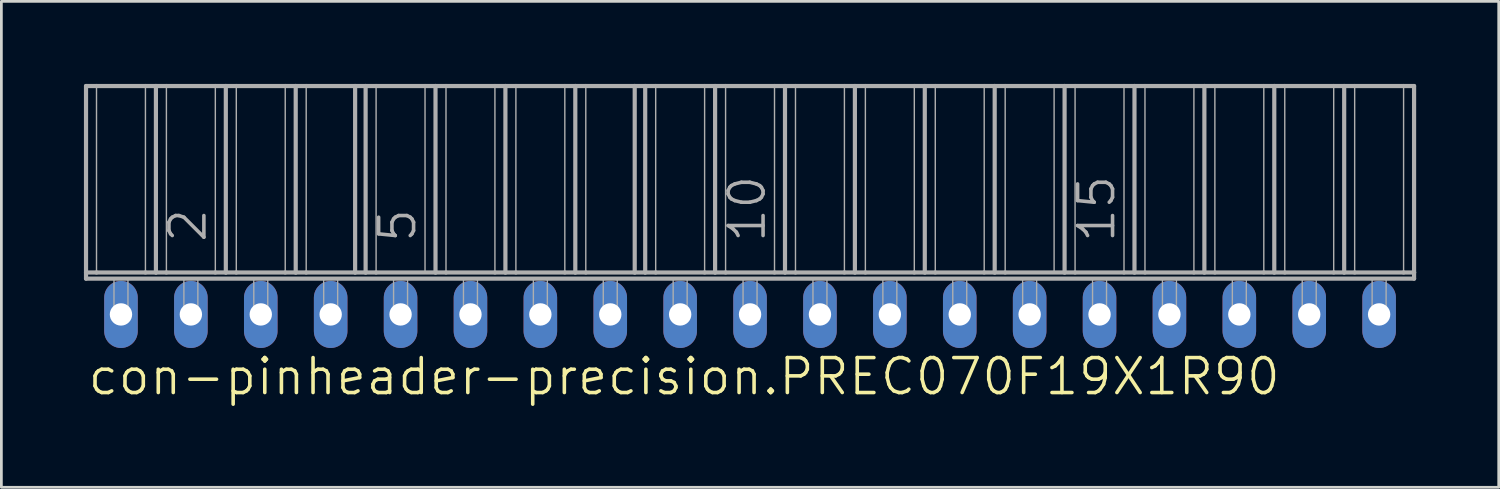
<source format=kicad_pcb>
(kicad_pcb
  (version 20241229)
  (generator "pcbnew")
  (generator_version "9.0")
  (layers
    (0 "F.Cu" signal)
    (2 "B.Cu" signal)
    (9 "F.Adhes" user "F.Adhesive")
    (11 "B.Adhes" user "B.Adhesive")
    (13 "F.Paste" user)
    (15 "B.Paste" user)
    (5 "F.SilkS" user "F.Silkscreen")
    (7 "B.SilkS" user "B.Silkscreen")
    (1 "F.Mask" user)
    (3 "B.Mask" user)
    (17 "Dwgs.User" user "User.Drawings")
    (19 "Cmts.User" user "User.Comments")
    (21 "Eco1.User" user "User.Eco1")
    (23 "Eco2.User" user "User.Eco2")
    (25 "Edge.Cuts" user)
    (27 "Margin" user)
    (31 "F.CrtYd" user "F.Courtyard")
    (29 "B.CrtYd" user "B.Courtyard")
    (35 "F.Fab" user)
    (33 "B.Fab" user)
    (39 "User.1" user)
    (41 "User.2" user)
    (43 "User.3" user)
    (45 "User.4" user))
  (footprint "con-pinheader-precision.PREC070F19X1R90"
    (layer "F.Cu")
    (at 24.206 8.376)
    (property "Reference" "con-pinheader-precision.PREC070F19X1R90" (at -24.13 3 0) (layer "F.SilkS") (effects (font (size 1.27 1.27) (thickness 0.13)) (justify left bottom)))
    (attr through_hole)
    (fp_line (start -24.13 -8.3) (end -24.13 -1.524) (stroke (width 0.152) (type default)) (layer "F.Fab"))
    (fp_line (start -24.13 -8.3) (end -23.749 -8.3) (stroke (width 0.152) (type default)) (layer "F.Fab"))
    (fp_line (start -24.13 -1.524) (end -23.749 -1.524) (stroke (width 0.152) (type default)) (layer "F.Fab"))
    (fp_line (start -24.13 -1.3) (end -24.13 -1.524) (stroke (width 0.152) (type default)) (layer "F.Fab"))
    (fp_line (start -24.13 -1.3) (end 24.13 -1.3) (stroke (width 0.152) (type default)) (layer "F.Fab"))
    (fp_line (start -23.749 -8.3) (end -23.749 -1.524) (stroke (width 0.051) (type default)) (layer "F.Fab"))
    (fp_line (start -23.749 -8.3) (end -21.971 -8.3) (stroke (width 0.152) (type default)) (layer "F.Fab"))
    (fp_line (start -23.749 -1.524) (end -21.971 -1.524) (stroke (width 0.152) (type default)) (layer "F.Fab"))
    (fp_line (start -21.971 -8.3) (end -21.971 -1.524) (stroke (width 0.051) (type default)) (layer "F.Fab"))
    (fp_line (start -21.971 -8.3) (end -21.59 -8.3) (stroke (width 0.152) (type default)) (layer "F.Fab"))
    (fp_line (start -21.971 -1.524) (end -21.59 -1.524) (stroke (width 0.152) (type default)) (layer "F.Fab"))
    (fp_line (start -21.59 -8.3) (end -21.59 -1.524) (stroke (width 0.152) (type default)) (layer "F.Fab"))
    (fp_line (start -21.59 -8.3) (end -21.209 -8.3) (stroke (width 0.152) (type default)) (layer "F.Fab"))
    (fp_line (start -21.59 -1.524) (end -21.209 -1.524) (stroke (width 0.152) (type default)) (layer "F.Fab"))
    (fp_line (start -21.209 -8.3) (end -21.209 -1.524) (stroke (width 0.051) (type default)) (layer "F.Fab"))
    (fp_line (start -21.209 -8.3) (end -19.431 -8.3) (stroke (width 0.152) (type default)) (layer "F.Fab"))
    (fp_line (start -21.209 -1.524) (end -19.431 -1.524) (stroke (width 0.152) (type default)) (layer "F.Fab"))
    (fp_line (start -19.431 -8.3) (end -19.431 -1.524) (stroke (width 0.051) (type default)) (layer "F.Fab"))
    (fp_line (start -19.431 -8.3) (end -19.05 -8.3) (stroke (width 0.152) (type default)) (layer "F.Fab"))
    (fp_line (start -19.431 -1.524) (end -19.05 -1.524) (stroke (width 0.152) (type default)) (layer "F.Fab"))
    (fp_line (start -19.05 -8.3) (end -19.05 -1.524) (stroke (width 0.152) (type default)) (layer "F.Fab"))
    (fp_line (start -19.05 -8.3) (end -18.669 -8.3) (stroke (width 0.152) (type default)) (layer "F.Fab"))
    (fp_line (start -19.05 -1.524) (end -18.669 -1.524) (stroke (width 0.152) (type default)) (layer "F.Fab"))
    (fp_line (start -18.669 -8.3) (end -18.669 -1.524) (stroke (width 0.051) (type default)) (layer "F.Fab"))
    (fp_line (start -18.669 -8.3) (end -16.891 -8.3) (stroke (width 0.152) (type default)) (layer "F.Fab"))
    (fp_line (start -18.669 -1.524) (end -16.891 -1.524) (stroke (width 0.152) (type default)) (layer "F.Fab"))
    (fp_line (start -16.891 -8.3) (end -16.891 -1.524) (stroke (width 0.051) (type default)) (layer "F.Fab"))
    (fp_line (start -16.891 -8.3) (end -16.51 -8.3) (stroke (width 0.152) (type default)) (layer "F.Fab"))
    (fp_line (start -16.891 -1.524) (end -16.51 -1.524) (stroke (width 0.152) (type default)) (layer "F.Fab"))
    (fp_line (start -16.51 -8.3) (end -16.51 -1.524) (stroke (width 0.152) (type default)) (layer "F.Fab"))
    (fp_line (start -16.51 -8.3) (end -16.129 -8.3) (stroke (width 0.152) (type default)) (layer "F.Fab"))
    (fp_line (start -16.51 -1.524) (end -16.129 -1.524) (stroke (width 0.152) (type default)) (layer "F.Fab"))
    (fp_line (start -16.129 -8.3) (end -16.129 -1.524) (stroke (width 0.051) (type default)) (layer "F.Fab"))
    (fp_line (start -16.129 -8.3) (end -14.351 -8.3) (stroke (width 0.152) (type default)) (layer "F.Fab"))
    (fp_line (start -16.129 -1.524) (end -14.351 -1.524) (stroke (width 0.152) (type default)) (layer "F.Fab"))
    (fp_line (start -14.351 -8.3) (end -14.351 -1.524) (stroke (width 0.152) (type default)) (layer "F.Fab"))
    (fp_line (start -14.351 -8.3) (end -13.97 -8.3) (stroke (width 0.152) (type default)) (layer "F.Fab"))
    (fp_line (start -14.351 -1.524) (end -13.97 -1.524) (stroke (width 0.152) (type default)) (layer "F.Fab"))
    (fp_line (start -13.97 -8.3) (end -13.97 -1.524) (stroke (width 0.152) (type default)) (layer "F.Fab"))
    (fp_line (start -13.97 -8.3) (end -13.589 -8.3) (stroke (width 0.152) (type default)) (layer "F.Fab"))
    (fp_line (start -13.97 -1.524) (end -13.589 -1.524) (stroke (width 0.152) (type default)) (layer "F.Fab"))
    (fp_line (start -13.589 -8.3) (end -13.589 -1.524) (stroke (width 0.051) (type default)) (layer "F.Fab"))
    (fp_line (start -13.589 -8.3) (end -11.811 -8.3) (stroke (width 0.152) (type default)) (layer "F.Fab"))
    (fp_line (start -13.589 -1.524) (end -11.43 -1.524) (stroke (width 0.152) (type default)) (layer "F.Fab"))
    (fp_line (start -11.811 -8.3) (end -11.811 -1.524) (stroke (width 0.051) (type default)) (layer "F.Fab"))
    (fp_line (start -11.811 -8.3) (end -11.43 -8.3) (stroke (width 0.152) (type default)) (layer "F.Fab"))
    (fp_line (start -11.43 -8.3) (end -11.43 -1.524) (stroke (width 0.152) (type default)) (layer "F.Fab"))
    (fp_line (start -11.43 -8.3) (end -11.049 -8.3) (stroke (width 0.152) (type default)) (layer "F.Fab"))
    (fp_line (start -11.43 -1.524) (end -11.049 -1.524) (stroke (width 0.152) (type default)) (layer "F.Fab"))
    (fp_line (start -11.049 -8.3) (end -11.049 -1.524) (stroke (width 0.051) (type default)) (layer "F.Fab"))
    (fp_line (start -11.049 -8.3) (end -9.271 -8.3) (stroke (width 0.152) (type default)) (layer "F.Fab"))
    (fp_line (start -11.049 -1.524) (end -9.271 -1.524) (stroke (width 0.152) (type default)) (layer "F.Fab"))
    (fp_line (start -9.271 -8.3) (end -9.271 -1.524) (stroke (width 0.051) (type default)) (layer "F.Fab"))
    (fp_line (start -9.271 -8.3) (end -8.89 -8.3) (stroke (width 0.152) (type default)) (layer "F.Fab"))
    (fp_line (start -9.271 -1.524) (end -8.89 -1.524) (stroke (width 0.152) (type default)) (layer "F.Fab"))
    (fp_line (start -8.89 -8.3) (end -8.509 -8.3) (stroke (width 0.152) (type default)) (layer "F.Fab"))
    (fp_line (start -8.89 -1.524) (end -8.89 -8.3) (stroke (width 0.152) (type default)) (layer "F.Fab"))
    (fp_line (start -8.89 -1.524) (end -8.509 -1.524) (stroke (width 0.152) (type default)) (layer "F.Fab"))
    (fp_line (start -8.509 -8.3) (end -8.509 -1.524) (stroke (width 0.051) (type default)) (layer "F.Fab"))
    (fp_line (start -8.509 -8.3) (end -6.731 -8.3) (stroke (width 0.152) (type default)) (layer "F.Fab"))
    (fp_line (start -8.509 -1.524) (end -6.731 -1.524) (stroke (width 0.152) (type default)) (layer "F.Fab"))
    (fp_line (start -6.731 -8.3) (end -6.731 -1.524) (stroke (width 0.051) (type default)) (layer "F.Fab"))
    (fp_line (start -6.731 -8.3) (end -6.35 -8.3) (stroke (width 0.152) (type default)) (layer "F.Fab"))
    (fp_line (start -6.731 -1.524) (end -6.35 -1.524) (stroke (width 0.152) (type default)) (layer "F.Fab"))
    (fp_line (start -6.35 -8.3) (end -6.35 -1.524) (stroke (width 0.152) (type default)) (layer "F.Fab"))
    (fp_line (start -6.35 -8.3) (end -5.969 -8.3) (stroke (width 0.152) (type default)) (layer "F.Fab"))
    (fp_line (start -6.35 -1.524) (end -5.969 -1.524) (stroke (width 0.152) (type default)) (layer "F.Fab"))
    (fp_line (start -5.969 -8.3) (end -5.969 -1.524) (stroke (width 0.051) (type default)) (layer "F.Fab"))
    (fp_line (start -5.969 -8.3) (end -4.191 -8.3) (stroke (width 0.152) (type default)) (layer "F.Fab"))
    (fp_line (start -5.969 -1.524) (end -4.191 -1.524) (stroke (width 0.152) (type default)) (layer "F.Fab"))
    (fp_line (start -4.191 -8.3) (end -4.191 -1.524) (stroke (width 0.152) (type default)) (layer "F.Fab"))
    (fp_line (start -4.191 -8.3) (end -3.81 -8.3) (stroke (width 0.152) (type default)) (layer "F.Fab"))
    (fp_line (start -4.191 -1.524) (end -3.81 -1.524) (stroke (width 0.152) (type default)) (layer "F.Fab"))
    (fp_line (start -3.81 -8.3) (end -3.81 -1.524) (stroke (width 0.152) (type default)) (layer "F.Fab"))
    (fp_line (start -3.81 -8.3) (end -3.429 -8.3) (stroke (width 0.152) (type default)) (layer "F.Fab"))
    (fp_line (start -3.81 -1.524) (end -3.429 -1.524) (stroke (width 0.152) (type default)) (layer "F.Fab"))
    (fp_line (start -3.429 -8.3) (end -3.429 -1.524) (stroke (width 0.051) (type default)) (layer "F.Fab"))
    (fp_line (start -3.429 -8.3) (end -1.651 -8.3) (stroke (width 0.152) (type default)) (layer "F.Fab"))
    (fp_line (start -3.429 -1.524) (end -1.651 -1.524) (stroke (width 0.152) (type default)) (layer "F.Fab"))
    (fp_line (start -1.651 -8.3) (end -1.651 -1.524) (stroke (width 0.051) (type default)) (layer "F.Fab"))
    (fp_line (start -1.651 -8.3) (end -1.27 -8.3) (stroke (width 0.152) (type default)) (layer "F.Fab"))
    (fp_line (start -1.651 -1.524) (end -1.27 -1.524) (stroke (width 0.152) (type default)) (layer "F.Fab"))
    (fp_line (start -1.27 -8.3) (end -1.27 -1.524) (stroke (width 0.152) (type default)) (layer "F.Fab"))
    (fp_line (start -1.27 -8.3) (end -0.889 -8.3) (stroke (width 0.152) (type default)) (layer "F.Fab"))
    (fp_line (start -1.27 -1.524) (end -0.889 -1.524) (stroke (width 0.152) (type default)) (layer "F.Fab"))
    (fp_line (start -0.889 -8.3) (end -0.889 -1.524) (stroke (width 0.051) (type default)) (layer "F.Fab"))
    (fp_line (start -0.889 -8.3) (end 0.889 -8.3) (stroke (width 0.152) (type default)) (layer "F.Fab"))
    (fp_line (start -0.889 -1.524) (end 0.889 -1.524) (stroke (width 0.152) (type default)) (layer "F.Fab"))
    (fp_line (start 0.889 -8.3) (end 0.889 -1.524) (stroke (width 0.051) (type default)) (layer "F.Fab"))
    (fp_line (start 0.889 -8.3) (end 1.27 -8.3) (stroke (width 0.152) (type default)) (layer "F.Fab"))
    (fp_line (start 0.889 -1.524) (end 1.27 -1.524) (stroke (width 0.152) (type default)) (layer "F.Fab"))
    (fp_line (start 1.27 -8.3) (end 1.27 -1.524) (stroke (width 0.152) (type default)) (layer "F.Fab"))
    (fp_line (start 1.27 -8.3) (end 1.651 -8.3) (stroke (width 0.152) (type default)) (layer "F.Fab"))
    (fp_line (start 1.27 -1.524) (end 1.651 -1.524) (stroke (width 0.152) (type default)) (layer "F.Fab"))
    (fp_line (start 1.651 -8.3) (end 1.651 -1.524) (stroke (width 0.051) (type default)) (layer "F.Fab"))
    (fp_line (start 1.651 -8.3) (end 3.429 -8.3) (stroke (width 0.152) (type default)) (layer "F.Fab"))
    (fp_line (start 1.651 -1.524) (end 3.429 -1.524) (stroke (width 0.152) (type default)) (layer "F.Fab"))
    (fp_line (start 3.429 -8.3) (end 3.429 -1.524) (stroke (width 0.051) (type default)) (layer "F.Fab"))
    (fp_line (start 3.429 -8.3) (end 3.81 -8.3) (stroke (width 0.152) (type default)) (layer "F.Fab"))
    (fp_line (start 3.429 -1.524) (end 3.81 -1.524) (stroke (width 0.152) (type default)) (layer "F.Fab"))
    (fp_line (start 3.81 -8.3) (end 3.81 -1.524) (stroke (width 0.152) (type default)) (layer "F.Fab"))
    (fp_line (start 3.81 -8.3) (end 4.191 -8.3) (stroke (width 0.152) (type default)) (layer "F.Fab"))
    (fp_line (start 3.81 -1.524) (end 4.191 -1.524) (stroke (width 0.152) (type default)) (layer "F.Fab"))
    (fp_line (start 4.191 -8.3) (end 4.191 -1.524) (stroke (width 0.051) (type default)) (layer "F.Fab"))
    (fp_line (start 4.191 -8.3) (end 5.969 -8.3) (stroke (width 0.152) (type default)) (layer "F.Fab"))
    (fp_line (start 4.191 -1.524) (end 5.969 -1.524) (stroke (width 0.152) (type default)) (layer "F.Fab"))
    (fp_line (start 5.969 -8.3) (end 5.969 -1.524) (stroke (width 0.051) (type default)) (layer "F.Fab"))
    (fp_line (start 5.969 -8.3) (end 6.35 -8.3) (stroke (width 0.152) (type default)) (layer "F.Fab"))
    (fp_line (start 5.969 -1.524) (end 6.35 -1.524) (stroke (width 0.152) (type default)) (layer "F.Fab"))
    (fp_line (start 6.35 -8.3) (end 6.35 -1.524) (stroke (width 0.152) (type default)) (layer "F.Fab"))
    (fp_line (start 6.35 -8.3) (end 6.731 -8.3) (stroke (width 0.152) (type default)) (layer "F.Fab"))
    (fp_line (start 6.35 -1.524) (end 6.731 -1.524) (stroke (width 0.152) (type default)) (layer "F.Fab"))
    (fp_line (start 6.731 -8.3) (end 6.731 -1.524) (stroke (width 0.051) (type default)) (layer "F.Fab"))
    (fp_line (start 6.731 -8.3) (end 8.509 -8.3) (stroke (width 0.152) (type default)) (layer "F.Fab"))
    (fp_line (start 6.731 -1.524) (end 8.509 -1.524) (stroke (width 0.152) (type default)) (layer "F.Fab"))
    (fp_line (start 8.509 -8.3) (end 8.509 -1.524) (stroke (width 0.051) (type default)) (layer "F.Fab"))
    (fp_line (start 8.509 -8.3) (end 8.89 -8.3) (stroke (width 0.152) (type default)) (layer "F.Fab"))
    (fp_line (start 8.509 -1.524) (end 8.89 -1.524) (stroke (width 0.152) (type default)) (layer "F.Fab"))
    (fp_line (start 8.89 -8.3) (end 8.89 -1.524) (stroke (width 0.152) (type default)) (layer "F.Fab"))
    (fp_line (start 8.89 -8.3) (end 9.271 -8.3) (stroke (width 0.152) (type default)) (layer "F.Fab"))
    (fp_line (start 8.89 -1.524) (end 9.271 -1.524) (stroke (width 0.152) (type default)) (layer "F.Fab"))
    (fp_line (start 9.271 -8.3) (end 9.271 -1.524) (stroke (width 0.051) (type default)) (layer "F.Fab"))
    (fp_line (start 9.271 -8.3) (end 11.049 -8.3) (stroke (width 0.152) (type default)) (layer "F.Fab"))
    (fp_line (start 9.271 -1.524) (end 11.43 -1.524) (stroke (width 0.152) (type default)) (layer "F.Fab"))
    (fp_line (start 11.049 -8.3) (end 11.049 -1.524) (stroke (width 0.051) (type default)) (layer "F.Fab"))
    (fp_line (start 11.049 -8.3) (end 11.43 -8.3) (stroke (width 0.152) (type default)) (layer "F.Fab"))
    (fp_line (start 11.43 -8.3) (end 11.43 -1.524) (stroke (width 0.152) (type default)) (layer "F.Fab"))
    (fp_line (start 11.43 -8.3) (end 11.811 -8.3) (stroke (width 0.152) (type default)) (layer "F.Fab"))
    (fp_line (start 11.43 -1.524) (end 11.811 -1.524) (stroke (width 0.152) (type default)) (layer "F.Fab"))
    (fp_line (start 11.811 -8.3) (end 11.811 -1.524) (stroke (width 0.051) (type default)) (layer "F.Fab"))
    (fp_line (start 11.811 -8.3) (end 13.589 -8.3) (stroke (width 0.152) (type default)) (layer "F.Fab"))
    (fp_line (start 11.811 -1.524) (end 13.589 -1.524) (stroke (width 0.152) (type default)) (layer "F.Fab"))
    (fp_line (start 13.589 -8.3) (end 13.589 -1.524) (stroke (width 0.051) (type default)) (layer "F.Fab"))
    (fp_line (start 13.589 -8.3) (end 13.97 -8.3) (stroke (width 0.152) (type default)) (layer "F.Fab"))
    (fp_line (start 13.589 -1.524) (end 13.97 -1.524) (stroke (width 0.152) (type default)) (layer "F.Fab"))
    (fp_line (start 13.97 -8.3) (end 13.97 -1.524) (stroke (width 0.152) (type default)) (layer "F.Fab"))
    (fp_line (start 13.97 -8.3) (end 14.351 -8.3) (stroke (width 0.152) (type default)) (layer "F.Fab"))
    (fp_line (start 13.97 -1.524) (end 14.351 -1.524) (stroke (width 0.152) (type default)) (layer "F.Fab"))
    (fp_line (start 14.351 -8.3) (end 14.351 -1.524) (stroke (width 0.051) (type default)) (layer "F.Fab"))
    (fp_line (start 14.351 -8.3) (end 16.129 -8.3) (stroke (width 0.152) (type default)) (layer "F.Fab"))
    (fp_line (start 14.351 -1.524) (end 16.129 -1.524) (stroke (width 0.152) (type default)) (layer "F.Fab"))
    (fp_line (start 16.129 -8.3) (end 16.129 -1.524) (stroke (width 0.051) (type default)) (layer "F.Fab"))
    (fp_line (start 16.129 -8.3) (end 16.51 -8.3) (stroke (width 0.152) (type default)) (layer "F.Fab"))
    (fp_line (start 16.129 -1.524) (end 16.51 -1.524) (stroke (width 0.152) (type default)) (layer "F.Fab"))
    (fp_line (start 16.51 -8.3) (end 16.51 -1.524) (stroke (width 0.152) (type default)) (layer "F.Fab"))
    (fp_line (start 16.51 -8.3) (end 16.891 -8.3) (stroke (width 0.152) (type default)) (layer "F.Fab"))
    (fp_line (start 16.51 -1.524) (end 16.891 -1.524) (stroke (width 0.152) (type default)) (layer "F.Fab"))
    (fp_line (start 16.891 -8.3) (end 16.891 -1.524) (stroke (width 0.051) (type default)) (layer "F.Fab"))
    (fp_line (start 16.891 -8.3) (end 18.669 -8.3) (stroke (width 0.152) (type default)) (layer "F.Fab"))
    (fp_line (start 16.891 -1.524) (end 18.669 -1.524) (stroke (width 0.152) (type default)) (layer "F.Fab"))
    (fp_line (start 18.669 -8.3) (end 18.669 -1.524) (stroke (width 0.051) (type default)) (layer "F.Fab"))
    (fp_line (start 18.669 -8.3) (end 19.05 -8.3) (stroke (width 0.152) (type default)) (layer "F.Fab"))
    (fp_line (start 18.669 -1.524) (end 19.05 -1.524) (stroke (width 0.152) (type default)) (layer "F.Fab"))
    (fp_line (start 19.05 -8.3) (end 19.05 -1.524) (stroke (width 0.152) (type default)) (layer "F.Fab"))
    (fp_line (start 19.05 -8.3) (end 19.431 -8.3) (stroke (width 0.152) (type default)) (layer "F.Fab"))
    (fp_line (start 19.05 -1.524) (end 19.431 -1.524) (stroke (width 0.152) (type default)) (layer "F.Fab"))
    (fp_line (start 19.431 -8.3) (end 19.431 -1.524) (stroke (width 0.051) (type default)) (layer "F.Fab"))
    (fp_line (start 19.431 -8.3) (end 21.209 -8.3) (stroke (width 0.152) (type default)) (layer "F.Fab"))
    (fp_line (start 19.431 -1.524) (end 21.209 -1.524) (stroke (width 0.152) (type default)) (layer "F.Fab"))
    (fp_line (start 21.209 -8.3) (end 21.209 -1.524) (stroke (width 0.051) (type default)) (layer "F.Fab"))
    (fp_line (start 21.209 -8.3) (end 21.59 -8.3) (stroke (width 0.152) (type default)) (layer "F.Fab"))
    (fp_line (start 21.209 -1.524) (end 21.59 -1.524) (stroke (width 0.152) (type default)) (layer "F.Fab"))
    (fp_line (start 21.59 -8.3) (end 21.59 -1.524) (stroke (width 0.152) (type default)) (layer "F.Fab"))
    (fp_line (start 21.59 -8.3) (end 21.971 -8.3) (stroke (width 0.152) (type default)) (layer "F.Fab"))
    (fp_line (start 21.59 -1.524) (end 21.971 -1.524) (stroke (width 0.152) (type default)) (layer "F.Fab"))
    (fp_line (start 21.971 -8.3) (end 21.971 -1.524) (stroke (width 0.051) (type default)) (layer "F.Fab"))
    (fp_line (start 21.971 -8.3) (end 23.749 -8.3) (stroke (width 0.152) (type default)) (layer "F.Fab"))
    (fp_line (start 21.971 -1.524) (end 23.749 -1.524) (stroke (width 0.152) (type default)) (layer "F.Fab"))
    (fp_line (start 23.749 -8.3) (end 23.749 -1.524) (stroke (width 0.051) (type default)) (layer "F.Fab"))
    (fp_line (start 23.749 -8.3) (end 24.13 -8.3) (stroke (width 0.152) (type default)) (layer "F.Fab"))
    (fp_line (start 23.749 -1.524) (end 24.13 -1.524) (stroke (width 0.152) (type default)) (layer "F.Fab"))
    (fp_line (start 24.13 -8.3) (end 24.13 -1.524) (stroke (width 0.152) (type default)) (layer "F.Fab"))
    (fp_line (start 24.13 -1.524) (end 24.13 -1.3) (stroke (width 0.152) (type default)) (layer "F.Fab"))
    (fp_rect (start -23.114 0) (end -22.606 -1.3) (stroke (width 0.05) (type default)) (fill no) (layer "F.Fab"))
    (fp_rect (start -20.574 0) (end -20.066 -1.3) (stroke (width 0.05) (type default)) (fill no) (layer "F.Fab"))
    (fp_rect (start -18.034 0) (end -17.526 -1.3) (stroke (width 0.05) (type default)) (fill no) (layer "F.Fab"))
    (fp_rect (start -15.494 0) (end -14.986 -1.3) (stroke (width 0.05) (type default)) (fill no) (layer "F.Fab"))
    (fp_rect (start -12.954 0) (end -12.446 -1.3) (stroke (width 0.05) (type default)) (fill no) (layer "F.Fab"))
    (fp_rect (start -10.414 0) (end -9.906 -1.3) (stroke (width 0.05) (type default)) (fill no) (layer "F.Fab"))
    (fp_rect (start -7.874 0) (end -7.366 -1.3) (stroke (width 0.05) (type default)) (fill no) (layer "F.Fab"))
    (fp_rect (start -5.334 0) (end -4.826 -1.3) (stroke (width 0.05) (type default)) (fill no) (layer "F.Fab"))
    (fp_rect (start -2.794 0) (end -2.286 -1.3) (stroke (width 0.05) (type default)) (fill no) (layer "F.Fab"))
    (fp_rect (start -0.254 0) (end 0.254 -1.3) (stroke (width 0.05) (type default)) (fill no) (layer "F.Fab"))
    (fp_rect (start 2.286 0) (end 2.794 -1.3) (stroke (width 0.05) (type default)) (fill no) (layer "F.Fab"))
    (fp_rect (start 4.826 0) (end 5.334 -1.3) (stroke (width 0.05) (type default)) (fill no) (layer "F.Fab"))
    (fp_rect (start 7.366 0) (end 7.874 -1.3) (stroke (width 0.05) (type default)) (fill no) (layer "F.Fab"))
    (fp_rect (start 9.906 0) (end 10.414 -1.3) (stroke (width 0.05) (type default)) (fill no) (layer "F.Fab"))
    (fp_rect (start 12.446 0) (end 12.954 -1.3) (stroke (width 0.05) (type default)) (fill no) (layer "F.Fab"))
    (fp_rect (start 14.986 0) (end 15.494 -1.3) (stroke (width 0.05) (type default)) (fill no) (layer "F.Fab"))
    (fp_rect (start 17.526 0) (end 18.034 -1.3) (stroke (width 0.05) (type default)) (fill no) (layer "F.Fab"))
    (fp_rect (start 20.066 0) (end 20.574 -1.3) (stroke (width 0.05) (type default)) (fill no) (layer "F.Fab"))
    (fp_rect (start 22.606 0) (end 23.114 -1.3) (stroke (width 0.05) (type default)) (fill no) (layer "F.Fab"))
    (fp_text user "5" (at -12.065 -2.54 90) (layer "F.Fab") (effects (font (size 1.27 1.27) (thickness 0.13)) (justify left bottom)))
    (fp_text user "15" (at 13.335 -2.54 90) (layer "F.Fab") (effects (font (size 1.27 1.27) (thickness 0.13)) (justify left bottom)))
    (fp_text user "2" (at -19.685 -2.54 90) (layer "F.Fab") (effects (font (size 1.27 1.27) (thickness 0.13)) (justify left bottom)))
    (fp_text user "10" (at 0.635 -2.54 90) (layer "F.Fab") (effects (font (size 1.27 1.27) (thickness 0.13)) (justify left bottom)))
    (pad "1" thru_hole oval (at -22.86 0 90) (size 2.438 1.219) (drill 0.813) (layers "*.Cu" "*.Mask"))
    (pad "2" thru_hole oval (at -20.32 0 90) (size 2.438 1.219) (drill 0.813) (layers "*.Cu" "*.Mask"))
    (pad "3" thru_hole oval (at -17.78 0 90) (size 2.438 1.219) (drill 0.813) (layers "*.Cu" "*.Mask"))
    (pad "4" thru_hole oval (at -15.24 0 90) (size 2.438 1.219) (drill 0.813) (layers "*.Cu" "*.Mask"))
    (pad "5" thru_hole oval (at -12.7 0 90) (size 2.438 1.219) (drill 0.813) (layers "*.Cu" "*.Mask"))
    (pad "6" thru_hole oval (at -10.16 0 90) (size 2.438 1.219) (drill 0.813) (layers "*.Cu" "*.Mask"))
    (pad "7" thru_hole oval (at -7.62 0 90) (size 2.438 1.219) (drill 0.813) (layers "*.Cu" "*.Mask"))
    (pad "8" thru_hole oval (at -5.08 0 90) (size 2.438 1.219) (drill 0.813) (layers "*.Cu" "*.Mask"))
    (pad "9" thru_hole oval (at -2.54 0 90) (size 2.438 1.219) (drill 0.813) (layers "*.Cu" "*.Mask"))
    (pad "10" thru_hole oval (at 0 0 90) (size 2.438 1.219) (drill 0.813) (layers "*.Cu" "*.Mask"))
    (pad "11" thru_hole oval (at 2.54 0 90) (size 2.438 1.219) (drill 0.813) (layers "*.Cu" "*.Mask"))
    (pad "12" thru_hole oval (at 5.08 0 90) (size 2.438 1.219) (drill 0.813) (layers "*.Cu" "*.Mask"))
    (pad "13" thru_hole oval (at 7.62 0 90) (size 2.438 1.219) (drill 0.813) (layers "*.Cu" "*.Mask"))
    (pad "14" thru_hole oval (at 10.16 0 90) (size 2.438 1.219) (drill 0.813) (layers "*.Cu" "*.Mask"))
    (pad "15" thru_hole oval (at 12.7 0 90) (size 2.438 1.219) (drill 0.813) (layers "*.Cu" "*.Mask"))
    (pad "16" thru_hole oval (at 15.24 0 90) (size 2.438 1.219) (drill 0.813) (layers "*.Cu" "*.Mask"))
    (pad "17" thru_hole oval (at 17.78 0 90) (size 2.438 1.219) (drill 0.813) (layers "*.Cu" "*.Mask"))
    (pad "18" thru_hole oval (at 20.32 0 90) (size 2.438 1.219) (drill 0.813) (layers "*.Cu" "*.Mask"))
    (pad "19" thru_hole oval (at 22.86 0 90) (size 2.438 1.219) (drill 0.813) (layers "*.Cu" "*.Mask")))
  (gr_rect
    (start -3 -3)
    (end 51.412 14.658)
    (stroke (width 0.1) (type default))
    (fill no)
    (layer "Edge.Cuts")))
</source>
